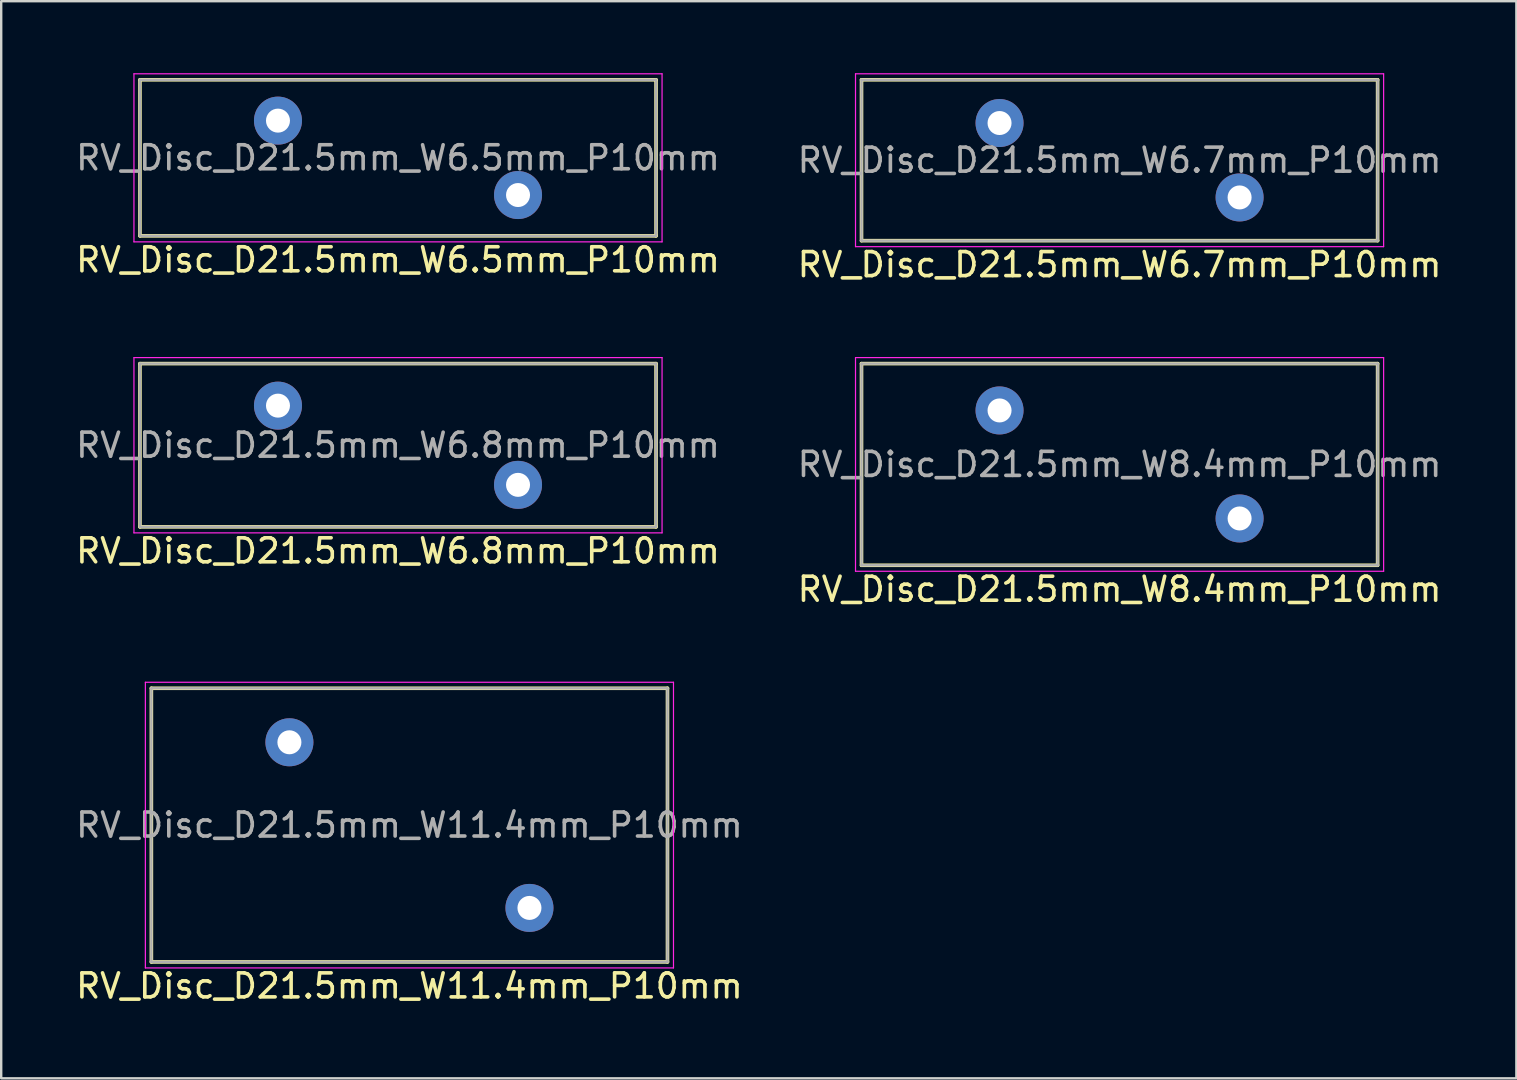
<source format=kicad_pcb>
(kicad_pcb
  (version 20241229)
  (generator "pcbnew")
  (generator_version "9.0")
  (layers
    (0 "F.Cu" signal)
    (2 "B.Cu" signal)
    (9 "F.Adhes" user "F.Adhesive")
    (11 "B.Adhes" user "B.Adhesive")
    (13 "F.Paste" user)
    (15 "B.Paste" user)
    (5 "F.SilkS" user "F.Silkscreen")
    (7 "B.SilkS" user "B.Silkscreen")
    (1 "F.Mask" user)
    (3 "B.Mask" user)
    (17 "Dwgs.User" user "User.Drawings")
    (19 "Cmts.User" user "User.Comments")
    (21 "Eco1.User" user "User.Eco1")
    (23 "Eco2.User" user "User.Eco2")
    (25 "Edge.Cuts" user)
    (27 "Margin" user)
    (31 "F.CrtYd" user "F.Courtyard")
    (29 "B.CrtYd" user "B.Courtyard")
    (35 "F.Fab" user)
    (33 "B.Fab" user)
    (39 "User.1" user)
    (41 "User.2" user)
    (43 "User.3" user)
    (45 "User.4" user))
  (footprint "RV_Disc_D21.5mm_W6.7mm_P10mm"
    (layer "F.Cu")
    (at 38.589 2.075)
    (property "Reference" "RV_Disc_D21.5mm_W6.7mm_P10mm" (at 5 5.9 0) (layer "F.SilkS") (effects (font (size 1 1) (thickness 0.15))))
    (attr through_hole)
    (fp_line (start -5.75 -1.8) (end -5.75 4.9) (stroke (width 0.15) (type solid)) (layer "F.SilkS"))
    (fp_line (start -5.75 -1.8) (end 15.75 -1.8) (stroke (width 0.15) (type solid)) (layer "F.SilkS"))
    (fp_line (start -5.75 4.9) (end 15.75 4.9) (stroke (width 0.15) (type solid)) (layer "F.SilkS"))
    (fp_line (start 15.75 -1.8) (end 15.75 4.9) (stroke (width 0.15) (type solid)) (layer "F.SilkS"))
    (fp_line (start -6 -2.05) (end -6 5.15) (stroke (width 0.05) (type solid)) (layer "F.CrtYd"))
    (fp_line (start -6 -2.05) (end 16 -2.05) (stroke (width 0.05) (type solid)) (layer "F.CrtYd"))
    (fp_line (start -6 5.15) (end 16 5.15) (stroke (width 0.05) (type solid)) (layer "F.CrtYd"))
    (fp_line (start 16 -2.05) (end 16 5.15) (stroke (width 0.05) (type solid)) (layer "F.CrtYd"))
    (fp_line (start -5.75 -1.8) (end -5.75 4.9) (stroke (width 0.1) (type solid)) (layer "F.Fab"))
    (fp_line (start -5.75 -1.8) (end 15.75 -1.8) (stroke (width 0.1) (type solid)) (layer "F.Fab"))
    (fp_line (start -5.75 4.9) (end 15.75 4.9) (stroke (width 0.1) (type solid)) (layer "F.Fab"))
    (fp_line (start 15.75 -1.8) (end 15.75 4.9) (stroke (width 0.1) (type solid)) (layer "F.Fab"))
    (fp_text user "${REFERENCE}" (at 5 1.55 0) (layer "F.Fab") (effects (font (size 1 1) (thickness 0.15))))
    (pad "1" thru_hole circle (at 0 0) (size 2 2) (drill 1) (layers "*.Cu" "*.Mask"))
    (pad "2" thru_hole circle (at 10 3.1) (size 2 2) (drill 1) (layers "*.Cu" "*.Mask")))
  (footprint "RV_Disc_D21.5mm_W8.4mm_P10mm"
    (layer "F.Cu")
    (at 38.589 14.048)
    (property "Reference" "RV_Disc_D21.5mm_W8.4mm_P10mm" (at 5 7.45 0) (layer "F.SilkS") (effects (font (size 1 1) (thickness 0.15))))
    (attr through_hole)
    (fp_line (start -5.75 -1.95) (end -5.75 6.45) (stroke (width 0.15) (type solid)) (layer "F.SilkS"))
    (fp_line (start -5.75 -1.95) (end 15.75 -1.95) (stroke (width 0.15) (type solid)) (layer "F.SilkS"))
    (fp_line (start -5.75 6.45) (end 15.75 6.45) (stroke (width 0.15) (type solid)) (layer "F.SilkS"))
    (fp_line (start 15.75 -1.95) (end 15.75 6.45) (stroke (width 0.15) (type solid)) (layer "F.SilkS"))
    (fp_line (start -6 -2.2) (end -6 6.7) (stroke (width 0.05) (type solid)) (layer "F.CrtYd"))
    (fp_line (start -6 -2.2) (end 16 -2.2) (stroke (width 0.05) (type solid)) (layer "F.CrtYd"))
    (fp_line (start -6 6.7) (end 16 6.7) (stroke (width 0.05) (type solid)) (layer "F.CrtYd"))
    (fp_line (start 16 -2.2) (end 16 6.7) (stroke (width 0.05) (type solid)) (layer "F.CrtYd"))
    (fp_line (start -5.75 -1.95) (end -5.75 6.45) (stroke (width 0.1) (type solid)) (layer "F.Fab"))
    (fp_line (start -5.75 -1.95) (end 15.75 -1.95) (stroke (width 0.1) (type solid)) (layer "F.Fab"))
    (fp_line (start -5.75 6.45) (end 15.75 6.45) (stroke (width 0.1) (type solid)) (layer "F.Fab"))
    (fp_line (start 15.75 -1.95) (end 15.75 6.45) (stroke (width 0.1) (type solid)) (layer "F.Fab"))
    (fp_text user "${REFERENCE}" (at 5 2.25 0) (layer "F.Fab") (effects (font (size 1 1) (thickness 0.15))))
    (pad "1" thru_hole circle (at 0 0) (size 2 2) (drill 1) (layers "*.Cu" "*.Mask"))
    (pad "2" thru_hole circle (at 10 4.5) (size 2 2) (drill 1) (layers "*.Cu" "*.Mask")))
  (footprint "RV_Disc_D21.5mm_W6.5mm_P10mm"
    (layer "F.Cu")
    (at 8.53 1.975)
    (property "Reference" "RV_Disc_D21.5mm_W6.5mm_P10mm" (at 5 5.8 0) (layer "F.SilkS") (effects (font (size 1 1) (thickness 0.15))))
    (attr through_hole)
    (fp_line (start -5.75 -1.7) (end -5.75 4.8) (stroke (width 0.15) (type solid)) (layer "F.SilkS"))
    (fp_line (start -5.75 -1.7) (end 15.75 -1.7) (stroke (width 0.15) (type solid)) (layer "F.SilkS"))
    (fp_line (start -5.75 4.8) (end 15.75 4.8) (stroke (width 0.15) (type solid)) (layer "F.SilkS"))
    (fp_line (start 15.75 -1.7) (end 15.75 4.8) (stroke (width 0.15) (type solid)) (layer "F.SilkS"))
    (fp_line (start -6 -1.95) (end -6 5.05) (stroke (width 0.05) (type solid)) (layer "F.CrtYd"))
    (fp_line (start -6 -1.95) (end 16 -1.95) (stroke (width 0.05) (type solid)) (layer "F.CrtYd"))
    (fp_line (start -6 5.05) (end 16 5.05) (stroke (width 0.05) (type solid)) (layer "F.CrtYd"))
    (fp_line (start 16 -1.95) (end 16 5.05) (stroke (width 0.05) (type solid)) (layer "F.CrtYd"))
    (fp_line (start -5.75 -1.7) (end -5.75 4.8) (stroke (width 0.1) (type solid)) (layer "F.Fab"))
    (fp_line (start -5.75 -1.7) (end 15.75 -1.7) (stroke (width 0.1) (type solid)) (layer "F.Fab"))
    (fp_line (start -5.75 4.8) (end 15.75 4.8) (stroke (width 0.1) (type solid)) (layer "F.Fab"))
    (fp_line (start 15.75 -1.7) (end 15.75 4.8) (stroke (width 0.1) (type solid)) (layer "F.Fab"))
    (fp_text user "${REFERENCE}" (at 5 1.55 0) (layer "F.Fab") (effects (font (size 1 1) (thickness 0.15))))
    (pad "1" thru_hole circle (at 0 0) (size 2 2) (drill 1) (layers "*.Cu" "*.Mask"))
    (pad "2" thru_hole circle (at 10 3.1) (size 2 2) (drill 1) (layers "*.Cu" "*.Mask")))
  (footprint "RV_Disc_D21.5mm_W6.8mm_P10mm"
    (layer "F.Cu")
    (at 8.53 13.848)
    (property "Reference" "RV_Disc_D21.5mm_W6.8mm_P10mm" (at 5 6.05 0) (layer "F.SilkS") (effects (font (size 1 1) (thickness 0.15))))
    (attr through_hole)
    (fp_line (start -5.75 -1.75) (end -5.75 5.05) (stroke (width 0.15) (type solid)) (layer "F.SilkS"))
    (fp_line (start -5.75 -1.75) (end 15.75 -1.75) (stroke (width 0.15) (type solid)) (layer "F.SilkS"))
    (fp_line (start -5.75 5.05) (end 15.75 5.05) (stroke (width 0.15) (type solid)) (layer "F.SilkS"))
    (fp_line (start 15.75 -1.75) (end 15.75 5.05) (stroke (width 0.15) (type solid)) (layer "F.SilkS"))
    (fp_line (start -6 -2) (end -6 5.3) (stroke (width 0.05) (type solid)) (layer "F.CrtYd"))
    (fp_line (start -6 -2) (end 16 -2) (stroke (width 0.05) (type solid)) (layer "F.CrtYd"))
    (fp_line (start -6 5.3) (end 16 5.3) (stroke (width 0.05) (type solid)) (layer "F.CrtYd"))
    (fp_line (start 16 -2) (end 16 5.3) (stroke (width 0.05) (type solid)) (layer "F.CrtYd"))
    (fp_line (start -5.75 -1.75) (end -5.75 5.05) (stroke (width 0.1) (type solid)) (layer "F.Fab"))
    (fp_line (start -5.75 -1.75) (end 15.75 -1.75) (stroke (width 0.1) (type solid)) (layer "F.Fab"))
    (fp_line (start -5.75 5.05) (end 15.75 5.05) (stroke (width 0.1) (type solid)) (layer "F.Fab"))
    (fp_line (start 15.75 -1.75) (end 15.75 5.05) (stroke (width 0.1) (type solid)) (layer "F.Fab"))
    (fp_text user "${REFERENCE}" (at 5 1.65 0) (layer "F.Fab") (effects (font (size 1 1) (thickness 0.15))))
    (pad "1" thru_hole circle (at 0 0) (size 2 2) (drill 1) (layers "*.Cu" "*.Mask"))
    (pad "2" thru_hole circle (at 10 3.3) (size 2 2) (drill 1) (layers "*.Cu" "*.Mask")))
  (footprint "RV_Disc_D21.5mm_W11.4mm_P10mm"
    (layer "F.Cu")
    (at 9.006 27.872)
    (property "Reference" "RV_Disc_D21.5mm_W11.4mm_P10mm" (at 5 10.15 0) (layer "F.SilkS") (effects (font (size 1 1) (thickness 0.15))))
    (attr through_hole)
    (fp_line (start -5.75 -2.25) (end -5.75 9.15) (stroke (width 0.15) (type solid)) (layer "F.SilkS"))
    (fp_line (start -5.75 -2.25) (end 15.75 -2.25) (stroke (width 0.15) (type solid)) (layer "F.SilkS"))
    (fp_line (start -5.75 9.15) (end 15.75 9.15) (stroke (width 0.15) (type solid)) (layer "F.SilkS"))
    (fp_line (start 15.75 -2.25) (end 15.75 9.15) (stroke (width 0.15) (type solid)) (layer "F.SilkS"))
    (fp_line (start -6 -2.5) (end -6 9.4) (stroke (width 0.05) (type solid)) (layer "F.CrtYd"))
    (fp_line (start -6 -2.5) (end 16 -2.5) (stroke (width 0.05) (type solid)) (layer "F.CrtYd"))
    (fp_line (start -6 9.4) (end 16 9.4) (stroke (width 0.05) (type solid)) (layer "F.CrtYd"))
    (fp_line (start 16 -2.5) (end 16 9.4) (stroke (width 0.05) (type solid)) (layer "F.CrtYd"))
    (fp_line (start -5.75 -2.25) (end -5.75 9.15) (stroke (width 0.1) (type solid)) (layer "F.Fab"))
    (fp_line (start -5.75 -2.25) (end 15.75 -2.25) (stroke (width 0.1) (type solid)) (layer "F.Fab"))
    (fp_line (start -5.75 9.15) (end 15.75 9.15) (stroke (width 0.1) (type solid)) (layer "F.Fab"))
    (fp_line (start 15.75 -2.25) (end 15.75 9.15) (stroke (width 0.1) (type solid)) (layer "F.Fab"))
    (fp_text user "${REFERENCE}" (at 5 3.45 0) (layer "F.Fab") (effects (font (size 1 1) (thickness 0.15))))
    (pad "1" thru_hole circle (at 0 0) (size 2 2) (drill 1) (layers "*.Cu" "*.Mask"))
    (pad "2" thru_hole circle (at 10 6.9) (size 2 2) (drill 1) (layers "*.Cu" "*.Mask")))
  (gr_rect
    (start -3 -3)
    (end 60.119 41.87)
    (stroke (width 0.1) (type default))
    (fill no)
    (layer "Edge.Cuts")))
</source>
